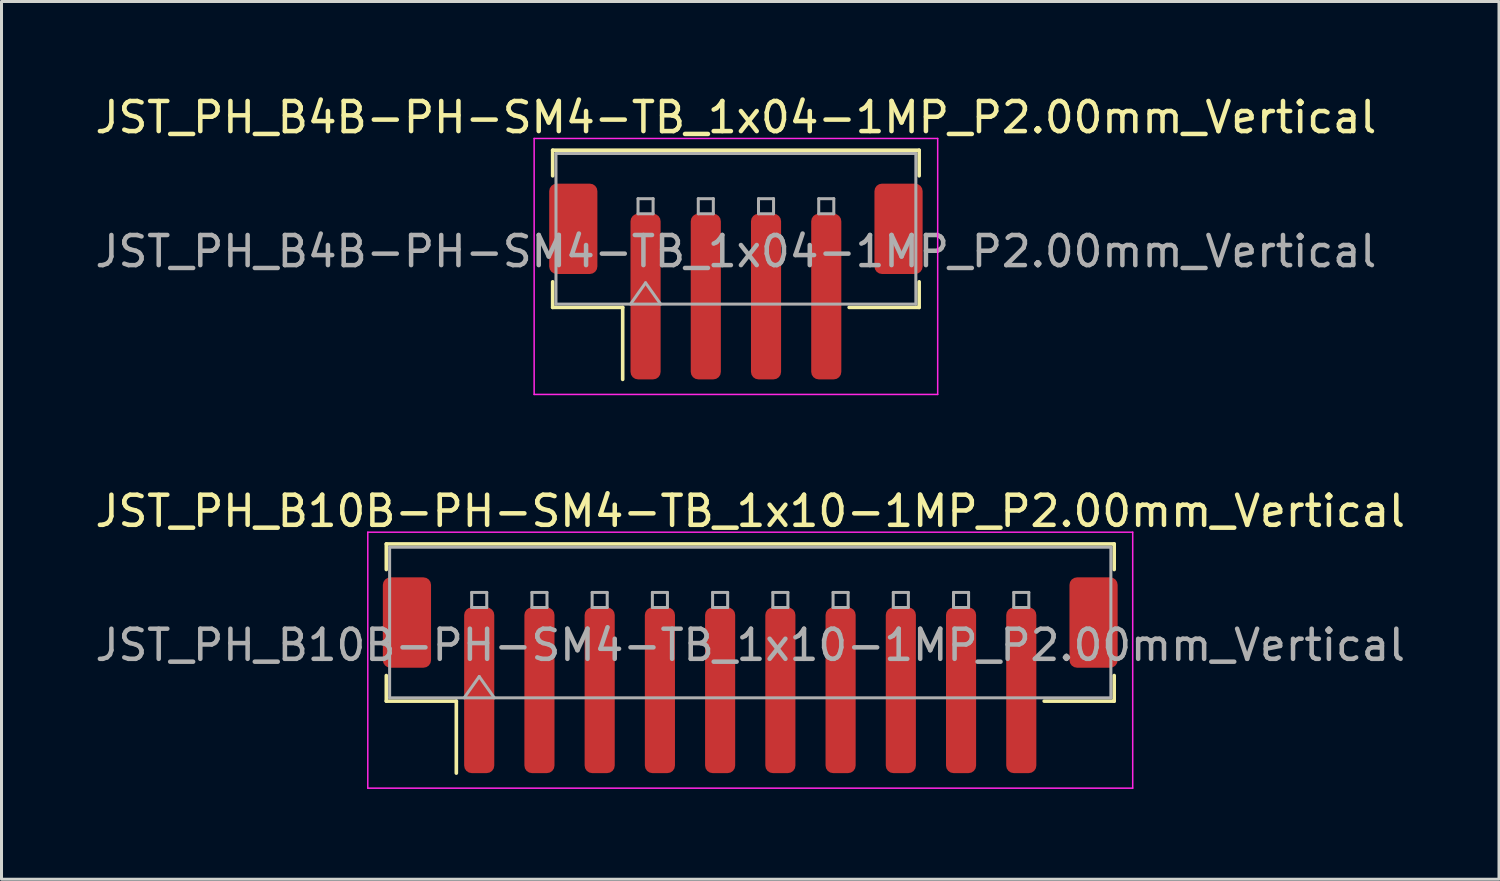
<source format=kicad_pcb>
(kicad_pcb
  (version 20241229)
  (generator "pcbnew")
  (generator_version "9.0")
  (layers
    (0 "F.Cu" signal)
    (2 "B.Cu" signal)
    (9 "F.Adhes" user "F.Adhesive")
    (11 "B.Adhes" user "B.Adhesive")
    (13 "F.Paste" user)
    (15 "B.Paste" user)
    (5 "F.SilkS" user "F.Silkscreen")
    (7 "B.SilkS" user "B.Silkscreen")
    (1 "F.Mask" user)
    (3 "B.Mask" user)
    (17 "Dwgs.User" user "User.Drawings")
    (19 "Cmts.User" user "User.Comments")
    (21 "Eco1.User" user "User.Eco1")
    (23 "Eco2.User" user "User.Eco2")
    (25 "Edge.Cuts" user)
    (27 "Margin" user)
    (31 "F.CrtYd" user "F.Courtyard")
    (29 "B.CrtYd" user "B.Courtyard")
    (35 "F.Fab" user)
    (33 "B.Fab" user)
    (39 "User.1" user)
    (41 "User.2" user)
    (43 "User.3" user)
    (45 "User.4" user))
  (footprint "JST_PH_B10B-PH-SM4-TB_1x10-1MP_P2.00mm_Vertical"
    (layer "F.Cu")
    (at 21.863 19.372)
    (property "Reference" "JST_PH_B10B-PH-SM4-TB_1x10-1MP_P2.00mm_Vertical" (at 0 -5.45 0) (layer "F.SilkS") (effects (font (size 1 1) (thickness 0.15))))
    (attr smd)
    (fp_line (start -12.085 -4.36) (end 12.085 -4.36) (stroke (width 0.12) (type solid)) (layer "F.SilkS"))
    (fp_line (start -12.085 -3.51) (end -12.085 -4.36) (stroke (width 0.12) (type solid)) (layer "F.SilkS"))
    (fp_line (start -12.085 0.01) (end -12.085 0.86) (stroke (width 0.12) (type solid)) (layer "F.SilkS"))
    (fp_line (start -12.085 0.86) (end -9.76 0.86) (stroke (width 0.12) (type solid)) (layer "F.SilkS"))
    (fp_line (start -9.76 0.86) (end -9.76 3.25) (stroke (width 0.12) (type solid)) (layer "F.SilkS"))
    (fp_line (start 12.085 -4.36) (end 12.085 -3.51) (stroke (width 0.12) (type solid)) (layer "F.SilkS"))
    (fp_line (start 12.085 0.01) (end 12.085 0.86) (stroke (width 0.12) (type solid)) (layer "F.SilkS"))
    (fp_line (start 12.085 0.86) (end 9.76 0.86) (stroke (width 0.12) (type solid)) (layer "F.SilkS"))
    (fp_line (start -12.7 -4.75) (end -12.7 3.75) (stroke (width 0.05) (type solid)) (layer "F.CrtYd"))
    (fp_line (start -12.7 3.75) (end 12.7 3.75) (stroke (width 0.05) (type solid)) (layer "F.CrtYd"))
    (fp_line (start 12.7 -4.75) (end -12.7 -4.75) (stroke (width 0.05) (type solid)) (layer "F.CrtYd"))
    (fp_line (start 12.7 3.75) (end 12.7 -4.75) (stroke (width 0.05) (type solid)) (layer "F.CrtYd"))
    (fp_line (start -11.975 -4.25) (end 11.975 -4.25) (stroke (width 0.1) (type solid)) (layer "F.Fab"))
    (fp_line (start -11.975 0.75) (end -11.975 -4.25) (stroke (width 0.1) (type solid)) (layer "F.Fab"))
    (fp_line (start -11.975 0.75) (end 11.975 0.75) (stroke (width 0.1) (type solid)) (layer "F.Fab"))
    (fp_line (start -9.5 0.75) (end -9 0.043) (stroke (width 0.1) (type solid)) (layer "F.Fab"))
    (fp_line (start -9.25 -2.75) (end -9.25 -2.25) (stroke (width 0.1) (type solid)) (layer "F.Fab"))
    (fp_line (start -9.25 -2.25) (end -8.75 -2.25) (stroke (width 0.1) (type solid)) (layer "F.Fab"))
    (fp_line (start -9 0.043) (end -8.5 0.75) (stroke (width 0.1) (type solid)) (layer "F.Fab"))
    (fp_line (start -8.75 -2.75) (end -9.25 -2.75) (stroke (width 0.1) (type solid)) (layer "F.Fab"))
    (fp_line (start -8.75 -2.25) (end -8.75 -2.75) (stroke (width 0.1) (type solid)) (layer "F.Fab"))
    (fp_line (start -7.25 -2.75) (end -7.25 -2.25) (stroke (width 0.1) (type solid)) (layer "F.Fab"))
    (fp_line (start -7.25 -2.25) (end -6.75 -2.25) (stroke (width 0.1) (type solid)) (layer "F.Fab"))
    (fp_line (start -6.75 -2.75) (end -7.25 -2.75) (stroke (width 0.1) (type solid)) (layer "F.Fab"))
    (fp_line (start -6.75 -2.25) (end -6.75 -2.75) (stroke (width 0.1) (type solid)) (layer "F.Fab"))
    (fp_line (start -5.25 -2.75) (end -5.25 -2.25) (stroke (width 0.1) (type solid)) (layer "F.Fab"))
    (fp_line (start -5.25 -2.25) (end -4.75 -2.25) (stroke (width 0.1) (type solid)) (layer "F.Fab"))
    (fp_line (start -4.75 -2.75) (end -5.25 -2.75) (stroke (width 0.1) (type solid)) (layer "F.Fab"))
    (fp_line (start -4.75 -2.25) (end -4.75 -2.75) (stroke (width 0.1) (type solid)) (layer "F.Fab"))
    (fp_line (start -3.25 -2.75) (end -3.25 -2.25) (stroke (width 0.1) (type solid)) (layer "F.Fab"))
    (fp_line (start -3.25 -2.25) (end -2.75 -2.25) (stroke (width 0.1) (type solid)) (layer "F.Fab"))
    (fp_line (start -2.75 -2.75) (end -3.25 -2.75) (stroke (width 0.1) (type solid)) (layer "F.Fab"))
    (fp_line (start -2.75 -2.25) (end -2.75 -2.75) (stroke (width 0.1) (type solid)) (layer "F.Fab"))
    (fp_line (start -1.25 -2.75) (end -1.25 -2.25) (stroke (width 0.1) (type solid)) (layer "F.Fab"))
    (fp_line (start -1.25 -2.25) (end -0.75 -2.25) (stroke (width 0.1) (type solid)) (layer "F.Fab"))
    (fp_line (start -0.75 -2.75) (end -1.25 -2.75) (stroke (width 0.1) (type solid)) (layer "F.Fab"))
    (fp_line (start -0.75 -2.25) (end -0.75 -2.75) (stroke (width 0.1) (type solid)) (layer "F.Fab"))
    (fp_line (start 0.75 -2.75) (end 0.75 -2.25) (stroke (width 0.1) (type solid)) (layer "F.Fab"))
    (fp_line (start 0.75 -2.25) (end 1.25 -2.25) (stroke (width 0.1) (type solid)) (layer "F.Fab"))
    (fp_line (start 1.25 -2.75) (end 0.75 -2.75) (stroke (width 0.1) (type solid)) (layer "F.Fab"))
    (fp_line (start 1.25 -2.25) (end 1.25 -2.75) (stroke (width 0.1) (type solid)) (layer "F.Fab"))
    (fp_line (start 2.75 -2.75) (end 2.75 -2.25) (stroke (width 0.1) (type solid)) (layer "F.Fab"))
    (fp_line (start 2.75 -2.25) (end 3.25 -2.25) (stroke (width 0.1) (type solid)) (layer "F.Fab"))
    (fp_line (start 3.25 -2.75) (end 2.75 -2.75) (stroke (width 0.1) (type solid)) (layer "F.Fab"))
    (fp_line (start 3.25 -2.25) (end 3.25 -2.75) (stroke (width 0.1) (type solid)) (layer "F.Fab"))
    (fp_line (start 4.75 -2.75) (end 4.75 -2.25) (stroke (width 0.1) (type solid)) (layer "F.Fab"))
    (fp_line (start 4.75 -2.25) (end 5.25 -2.25) (stroke (width 0.1) (type solid)) (layer "F.Fab"))
    (fp_line (start 5.25 -2.75) (end 4.75 -2.75) (stroke (width 0.1) (type solid)) (layer "F.Fab"))
    (fp_line (start 5.25 -2.25) (end 5.25 -2.75) (stroke (width 0.1) (type solid)) (layer "F.Fab"))
    (fp_line (start 6.75 -2.75) (end 6.75 -2.25) (stroke (width 0.1) (type solid)) (layer "F.Fab"))
    (fp_line (start 6.75 -2.25) (end 7.25 -2.25) (stroke (width 0.1) (type solid)) (layer "F.Fab"))
    (fp_line (start 7.25 -2.75) (end 6.75 -2.75) (stroke (width 0.1) (type solid)) (layer "F.Fab"))
    (fp_line (start 7.25 -2.25) (end 7.25 -2.75) (stroke (width 0.1) (type solid)) (layer "F.Fab"))
    (fp_line (start 8.75 -2.75) (end 8.75 -2.25) (stroke (width 0.1) (type solid)) (layer "F.Fab"))
    (fp_line (start 8.75 -2.25) (end 9.25 -2.25) (stroke (width 0.1) (type solid)) (layer "F.Fab"))
    (fp_line (start 9.25 -2.75) (end 8.75 -2.75) (stroke (width 0.1) (type solid)) (layer "F.Fab"))
    (fp_line (start 9.25 -2.25) (end 9.25 -2.75) (stroke (width 0.1) (type solid)) (layer "F.Fab"))
    (fp_line (start 11.975 0.75) (end 11.975 -4.25) (stroke (width 0.1) (type solid)) (layer "F.Fab"))
    (fp_text user "${REFERENCE}" (at 0 -1 0) (layer "F.Fab") (effects (font (size 1 1) (thickness 0.15))))
    (pad "1" smd roundrect (at -9 0.5) (size 1 5.5) (layers "F.Cu" "F.Mask" "F.Paste") (roundrect_rratio 0.25))
    (pad "2" smd roundrect (at -7 0.5) (size 1 5.5) (layers "F.Cu" "F.Mask" "F.Paste") (roundrect_rratio 0.25))
    (pad "3" smd roundrect (at -5 0.5) (size 1 5.5) (layers "F.Cu" "F.Mask" "F.Paste") (roundrect_rratio 0.25))
    (pad "4" smd roundrect (at -3 0.5) (size 1 5.5) (layers "F.Cu" "F.Mask" "F.Paste") (roundrect_rratio 0.25))
    (pad "5" smd roundrect (at -1 0.5) (size 1 5.5) (layers "F.Cu" "F.Mask" "F.Paste") (roundrect_rratio 0.25))
    (pad "6" smd roundrect (at 1 0.5) (size 1 5.5) (layers "F.Cu" "F.Mask" "F.Paste") (roundrect_rratio 0.25))
    (pad "7" smd roundrect (at 3 0.5) (size 1 5.5) (layers "F.Cu" "F.Mask" "F.Paste") (roundrect_rratio 0.25))
    (pad "8" smd roundrect (at 5 0.5) (size 1 5.5) (layers "F.Cu" "F.Mask" "F.Paste") (roundrect_rratio 0.25))
    (pad "9" smd roundrect (at 7 0.5) (size 1 5.5) (layers "F.Cu" "F.Mask" "F.Paste") (roundrect_rratio 0.25))
    (pad "10" smd roundrect (at 9 0.5) (size 1 5.5) (layers "F.Cu" "F.Mask" "F.Paste") (roundrect_rratio 0.25))
    (pad "MP" smd roundrect (at -11.4 -1.75) (size 1.6 3) (layers "F.Cu" "F.Mask" "F.Paste") (roundrect_rratio 0.156))
    (pad "MP" smd roundrect (at 11.4 -1.75) (size 1.6 3) (layers "F.Cu" "F.Mask" "F.Paste") (roundrect_rratio 0.156)))
  (footprint "JST_PH_B4B-PH-SM4-TB_1x04-1MP_P2.00mm_Vertical"
    (layer "F.Cu")
    (at 21.387 6.298)
    (property "Reference" "JST_PH_B4B-PH-SM4-TB_1x04-1MP_P2.00mm_Vertical" (at 0 -5.45 0) (layer "F.SilkS") (effects (font (size 1 1) (thickness 0.15))))
    (attr smd)
    (fp_line (start -6.085 -4.36) (end 6.085 -4.36) (stroke (width 0.12) (type solid)) (layer "F.SilkS"))
    (fp_line (start -6.085 -3.51) (end -6.085 -4.36) (stroke (width 0.12) (type solid)) (layer "F.SilkS"))
    (fp_line (start -6.085 0.01) (end -6.085 0.86) (stroke (width 0.12) (type solid)) (layer "F.SilkS"))
    (fp_line (start -6.085 0.86) (end -3.76 0.86) (stroke (width 0.12) (type solid)) (layer "F.SilkS"))
    (fp_line (start -3.76 0.86) (end -3.76 3.25) (stroke (width 0.12) (type solid)) (layer "F.SilkS"))
    (fp_line (start 6.085 -4.36) (end 6.085 -3.51) (stroke (width 0.12) (type solid)) (layer "F.SilkS"))
    (fp_line (start 6.085 0.01) (end 6.085 0.86) (stroke (width 0.12) (type solid)) (layer "F.SilkS"))
    (fp_line (start 6.085 0.86) (end 3.76 0.86) (stroke (width 0.12) (type solid)) (layer "F.SilkS"))
    (fp_line (start -6.7 -4.75) (end -6.7 3.75) (stroke (width 0.05) (type solid)) (layer "F.CrtYd"))
    (fp_line (start -6.7 3.75) (end 6.7 3.75) (stroke (width 0.05) (type solid)) (layer "F.CrtYd"))
    (fp_line (start 6.7 -4.75) (end -6.7 -4.75) (stroke (width 0.05) (type solid)) (layer "F.CrtYd"))
    (fp_line (start 6.7 3.75) (end 6.7 -4.75) (stroke (width 0.05) (type solid)) (layer "F.CrtYd"))
    (fp_line (start -5.975 -4.25) (end 5.975 -4.25) (stroke (width 0.1) (type solid)) (layer "F.Fab"))
    (fp_line (start -5.975 0.75) (end -5.975 -4.25) (stroke (width 0.1) (type solid)) (layer "F.Fab"))
    (fp_line (start -5.975 0.75) (end 5.975 0.75) (stroke (width 0.1) (type solid)) (layer "F.Fab"))
    (fp_line (start -3.5 0.75) (end -3 0.043) (stroke (width 0.1) (type solid)) (layer "F.Fab"))
    (fp_line (start -3.25 -2.75) (end -3.25 -2.25) (stroke (width 0.1) (type solid)) (layer "F.Fab"))
    (fp_line (start -3.25 -2.25) (end -2.75 -2.25) (stroke (width 0.1) (type solid)) (layer "F.Fab"))
    (fp_line (start -3 0.043) (end -2.5 0.75) (stroke (width 0.1) (type solid)) (layer "F.Fab"))
    (fp_line (start -2.75 -2.75) (end -3.25 -2.75) (stroke (width 0.1) (type solid)) (layer "F.Fab"))
    (fp_line (start -2.75 -2.25) (end -2.75 -2.75) (stroke (width 0.1) (type solid)) (layer "F.Fab"))
    (fp_line (start -1.25 -2.75) (end -1.25 -2.25) (stroke (width 0.1) (type solid)) (layer "F.Fab"))
    (fp_line (start -1.25 -2.25) (end -0.75 -2.25) (stroke (width 0.1) (type solid)) (layer "F.Fab"))
    (fp_line (start -0.75 -2.75) (end -1.25 -2.75) (stroke (width 0.1) (type solid)) (layer "F.Fab"))
    (fp_line (start -0.75 -2.25) (end -0.75 -2.75) (stroke (width 0.1) (type solid)) (layer "F.Fab"))
    (fp_line (start 0.75 -2.75) (end 0.75 -2.25) (stroke (width 0.1) (type solid)) (layer "F.Fab"))
    (fp_line (start 0.75 -2.25) (end 1.25 -2.25) (stroke (width 0.1) (type solid)) (layer "F.Fab"))
    (fp_line (start 1.25 -2.75) (end 0.75 -2.75) (stroke (width 0.1) (type solid)) (layer "F.Fab"))
    (fp_line (start 1.25 -2.25) (end 1.25 -2.75) (stroke (width 0.1) (type solid)) (layer "F.Fab"))
    (fp_line (start 2.75 -2.75) (end 2.75 -2.25) (stroke (width 0.1) (type solid)) (layer "F.Fab"))
    (fp_line (start 2.75 -2.25) (end 3.25 -2.25) (stroke (width 0.1) (type solid)) (layer "F.Fab"))
    (fp_line (start 3.25 -2.75) (end 2.75 -2.75) (stroke (width 0.1) (type solid)) (layer "F.Fab"))
    (fp_line (start 3.25 -2.25) (end 3.25 -2.75) (stroke (width 0.1) (type solid)) (layer "F.Fab"))
    (fp_line (start 5.975 0.75) (end 5.975 -4.25) (stroke (width 0.1) (type solid)) (layer "F.Fab"))
    (fp_text user "${REFERENCE}" (at 0 -1 0) (layer "F.Fab") (effects (font (size 1 1) (thickness 0.15))))
    (pad "1" smd roundrect (at -3 0.5) (size 1 5.5) (layers "F.Cu" "F.Mask" "F.Paste") (roundrect_rratio 0.25))
    (pad "2" smd roundrect (at -1 0.5) (size 1 5.5) (layers "F.Cu" "F.Mask" "F.Paste") (roundrect_rratio 0.25))
    (pad "3" smd roundrect (at 1 0.5) (size 1 5.5) (layers "F.Cu" "F.Mask" "F.Paste") (roundrect_rratio 0.25))
    (pad "4" smd roundrect (at 3 0.5) (size 1 5.5) (layers "F.Cu" "F.Mask" "F.Paste") (roundrect_rratio 0.25))
    (pad "MP" smd roundrect (at -5.4 -1.75) (size 1.6 3) (layers "F.Cu" "F.Mask" "F.Paste") (roundrect_rratio 0.156))
    (pad "MP" smd roundrect (at 5.4 -1.75) (size 1.6 3) (layers "F.Cu" "F.Mask" "F.Paste") (roundrect_rratio 0.156)))
  (gr_rect
    (start -3 -3)
    (end 46.726 26.146)
    (stroke (width 0.1) (type default))
    (fill no)
    (layer "Edge.Cuts")))
</source>
